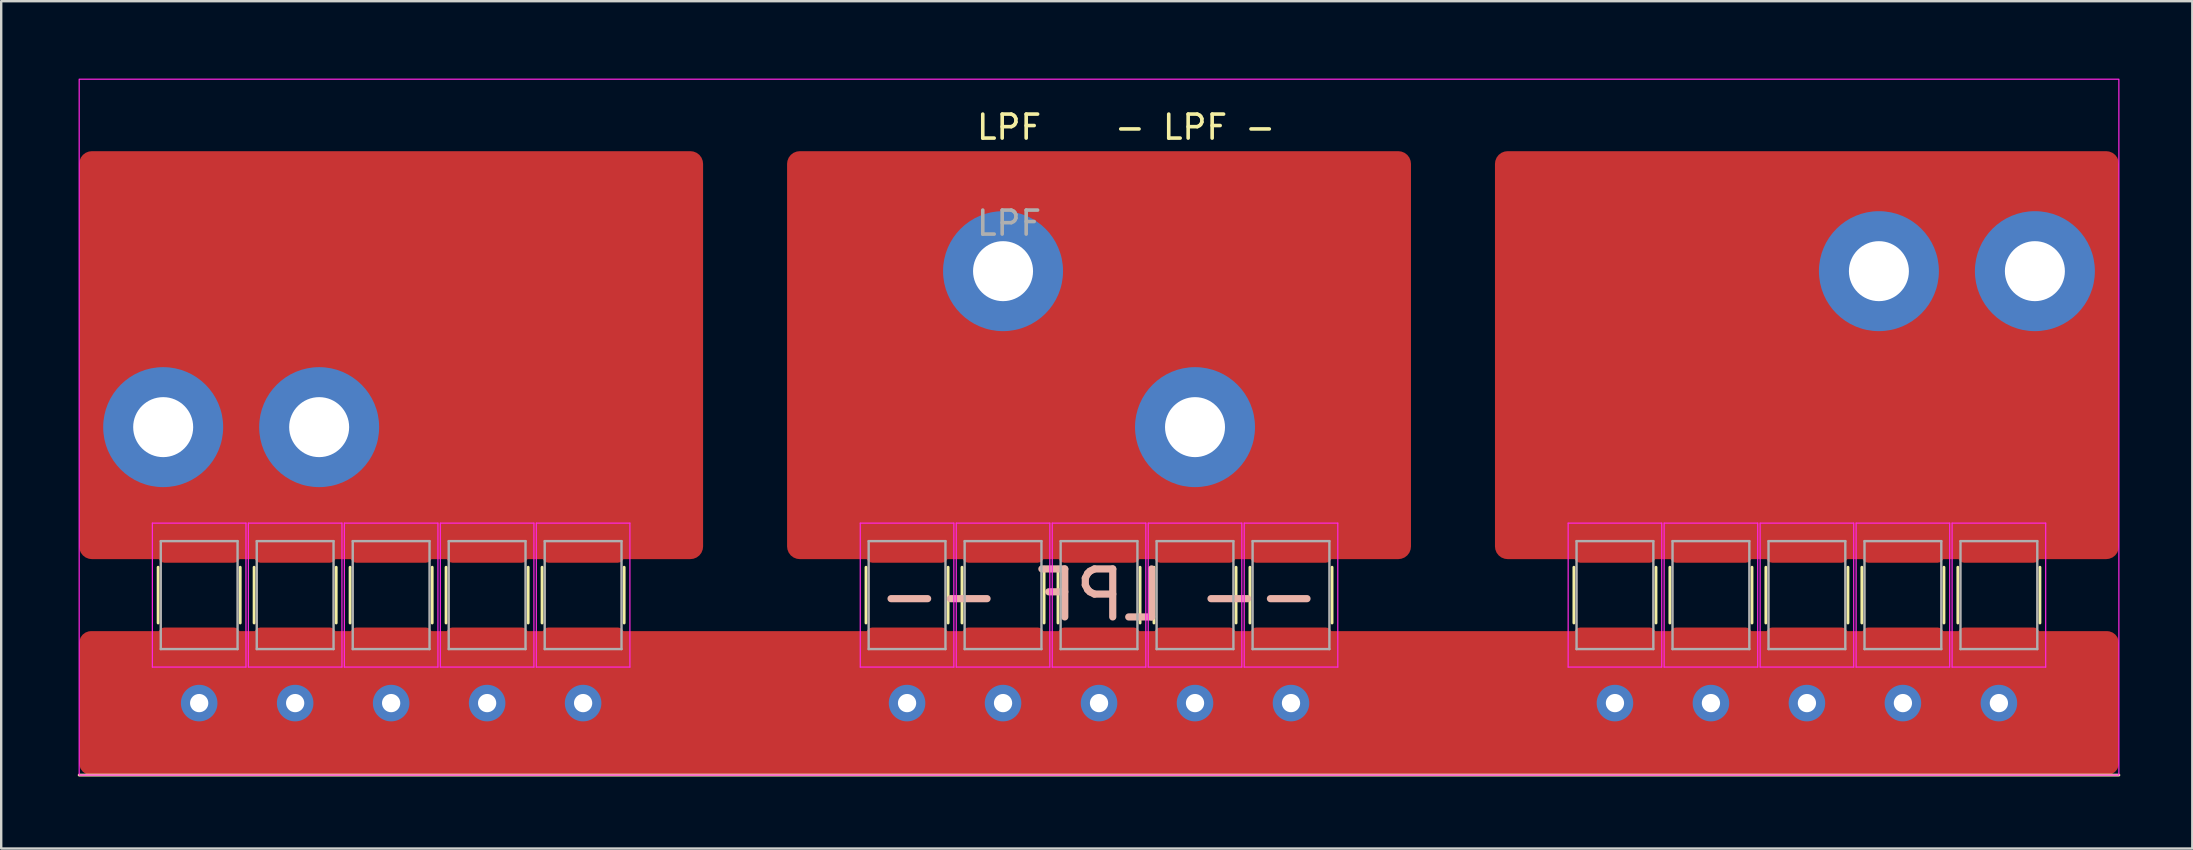
<source format=kicad_pcb>
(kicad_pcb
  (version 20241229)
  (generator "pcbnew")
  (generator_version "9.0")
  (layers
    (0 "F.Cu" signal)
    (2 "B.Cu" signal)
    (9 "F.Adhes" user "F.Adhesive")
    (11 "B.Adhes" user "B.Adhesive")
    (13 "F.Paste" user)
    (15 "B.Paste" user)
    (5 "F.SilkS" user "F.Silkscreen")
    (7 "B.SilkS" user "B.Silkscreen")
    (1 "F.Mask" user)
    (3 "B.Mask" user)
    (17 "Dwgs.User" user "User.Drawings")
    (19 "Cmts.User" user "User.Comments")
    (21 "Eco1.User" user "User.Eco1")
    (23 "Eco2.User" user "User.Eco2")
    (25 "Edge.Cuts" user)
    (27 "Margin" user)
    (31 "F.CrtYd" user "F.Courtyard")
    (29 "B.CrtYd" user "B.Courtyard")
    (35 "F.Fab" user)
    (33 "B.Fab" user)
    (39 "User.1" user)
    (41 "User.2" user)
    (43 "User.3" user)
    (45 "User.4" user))
  (footprint "LPF"
    (layer "F.Cu")
    (at 0.25 0.25)
    (property "Reference" "LPF" (at 38.75 2 0) (layer "F.SilkS") (effects (font (size 1 1) (thickness 0.15))))
    (property "Value" "LPF" (at 38 4 0) (layer "F.Fab") (hide yes) (effects (font (size 1 1) (thickness 0.15))))
    (attr through_hole)
    (fp_line (start 0 29) (end 85 29) (stroke (width 0.12) (type solid)) (layer "F.SilkS"))
    (fp_line (start 3.29 22.661) (end 3.29 20.339) (stroke (width 0.12) (type solid)) (layer "F.SilkS"))
    (fp_line (start 6.71 22.661) (end 6.71 20.339) (stroke (width 0.12) (type solid)) (layer "F.SilkS"))
    (fp_line (start 7.29 22.661) (end 7.29 20.339) (stroke (width 0.12) (type solid)) (layer "F.SilkS"))
    (fp_line (start 10.71 22.661) (end 10.71 20.339) (stroke (width 0.12) (type solid)) (layer "F.SilkS"))
    (fp_line (start 11.29 22.661) (end 11.29 20.339) (stroke (width 0.12) (type solid)) (layer "F.SilkS"))
    (fp_line (start 14.71 22.661) (end 14.71 20.339) (stroke (width 0.12) (type solid)) (layer "F.SilkS"))
    (fp_line (start 15.29 22.661) (end 15.29 20.339) (stroke (width 0.12) (type solid)) (layer "F.SilkS"))
    (fp_line (start 18.71 22.661) (end 18.71 20.339) (stroke (width 0.12) (type solid)) (layer "F.SilkS"))
    (fp_line (start 19.29 22.661) (end 19.29 20.339) (stroke (width 0.12) (type solid)) (layer "F.SilkS"))
    (fp_line (start 22.71 22.661) (end 22.71 20.339) (stroke (width 0.12) (type solid)) (layer "F.SilkS"))
    (fp_line (start 32.79 22.661) (end 32.79 20.339) (stroke (width 0.12) (type solid)) (layer "F.SilkS"))
    (fp_line (start 36.21 22.661) (end 36.21 20.339) (stroke (width 0.12) (type solid)) (layer "F.SilkS"))
    (fp_line (start 36.79 22.661) (end 36.79 20.339) (stroke (width 0.12) (type solid)) (layer "F.SilkS"))
    (fp_line (start 40.21 22.661) (end 40.21 20.339) (stroke (width 0.12) (type solid)) (layer "F.SilkS"))
    (fp_line (start 40.79 22.661) (end 40.79 20.339) (stroke (width 0.12) (type solid)) (layer "F.SilkS"))
    (fp_line (start 44.21 22.661) (end 44.21 20.339) (stroke (width 0.12) (type solid)) (layer "F.SilkS"))
    (fp_line (start 44.79 22.661) (end 44.79 20.339) (stroke (width 0.12) (type solid)) (layer "F.SilkS"))
    (fp_line (start 48.21 22.661) (end 48.21 20.339) (stroke (width 0.12) (type solid)) (layer "F.SilkS"))
    (fp_line (start 48.79 22.661) (end 48.79 20.339) (stroke (width 0.12) (type solid)) (layer "F.SilkS"))
    (fp_line (start 52.21 22.661) (end 52.21 20.339) (stroke (width 0.12) (type solid)) (layer "F.SilkS"))
    (fp_line (start 62.29 22.661) (end 62.29 20.339) (stroke (width 0.12) (type solid)) (layer "F.SilkS"))
    (fp_line (start 65.71 22.661) (end 65.71 20.339) (stroke (width 0.12) (type solid)) (layer "F.SilkS"))
    (fp_line (start 66.29 22.661) (end 66.29 20.339) (stroke (width 0.12) (type solid)) (layer "F.SilkS"))
    (fp_line (start 69.71 22.661) (end 69.71 20.339) (stroke (width 0.12) (type solid)) (layer "F.SilkS"))
    (fp_line (start 70.29 22.661) (end 70.29 20.339) (stroke (width 0.12) (type solid)) (layer "F.SilkS"))
    (fp_line (start 73.71 22.661) (end 73.71 20.339) (stroke (width 0.12) (type solid)) (layer "F.SilkS"))
    (fp_line (start 74.29 22.661) (end 74.29 20.339) (stroke (width 0.12) (type solid)) (layer "F.SilkS"))
    (fp_line (start 77.71 22.661) (end 77.71 20.339) (stroke (width 0.12) (type solid)) (layer "F.SilkS"))
    (fp_line (start 78.29 22.661) (end 78.29 20.339) (stroke (width 0.12) (type solid)) (layer "F.SilkS"))
    (fp_line (start 81.71 22.661) (end 81.71 20.339) (stroke (width 0.12) (type solid)) (layer "F.SilkS"))
    (fp_line (start 3.05 18.5) (end 6.95 18.5) (stroke (width 0.05) (type solid)) (layer "F.CrtYd"))
    (fp_line (start 3.05 24.5) (end 3.05 18.5) (stroke (width 0.05) (type solid)) (layer "F.CrtYd"))
    (fp_line (start 6.95 18.5) (end 6.95 24.5) (stroke (width 0.05) (type solid)) (layer "F.CrtYd"))
    (fp_line (start 6.95 24.5) (end 3.05 24.5) (stroke (width 0.05) (type solid)) (layer "F.CrtYd"))
    (fp_line (start 7.05 18.5) (end 10.95 18.5) (stroke (width 0.05) (type solid)) (layer "F.CrtYd"))
    (fp_line (start 7.05 24.5) (end 7.05 18.5) (stroke (width 0.05) (type solid)) (layer "F.CrtYd"))
    (fp_line (start 10.95 18.5) (end 10.95 24.5) (stroke (width 0.05) (type solid)) (layer "F.CrtYd"))
    (fp_line (start 10.95 24.5) (end 7.05 24.5) (stroke (width 0.05) (type solid)) (layer "F.CrtYd"))
    (fp_line (start 11.05 18.5) (end 14.95 18.5) (stroke (width 0.05) (type solid)) (layer "F.CrtYd"))
    (fp_line (start 11.05 24.5) (end 11.05 18.5) (stroke (width 0.05) (type solid)) (layer "F.CrtYd"))
    (fp_line (start 14.95 18.5) (end 14.95 24.5) (stroke (width 0.05) (type solid)) (layer "F.CrtYd"))
    (fp_line (start 14.95 24.5) (end 11.05 24.5) (stroke (width 0.05) (type solid)) (layer "F.CrtYd"))
    (fp_line (start 15.05 18.5) (end 18.95 18.5) (stroke (width 0.05) (type solid)) (layer "F.CrtYd"))
    (fp_line (start 15.05 24.5) (end 15.05 18.5) (stroke (width 0.05) (type solid)) (layer "F.CrtYd"))
    (fp_line (start 18.95 18.5) (end 18.95 24.5) (stroke (width 0.05) (type solid)) (layer "F.CrtYd"))
    (fp_line (start 18.95 24.5) (end 15.05 24.5) (stroke (width 0.05) (type solid)) (layer "F.CrtYd"))
    (fp_line (start 19.05 18.5) (end 22.95 18.5) (stroke (width 0.05) (type solid)) (layer "F.CrtYd"))
    (fp_line (start 19.05 24.5) (end 19.05 18.5) (stroke (width 0.05) (type solid)) (layer "F.CrtYd"))
    (fp_line (start 22.95 18.5) (end 22.95 24.5) (stroke (width 0.05) (type solid)) (layer "F.CrtYd"))
    (fp_line (start 22.95 24.5) (end 19.05 24.5) (stroke (width 0.05) (type solid)) (layer "F.CrtYd"))
    (fp_line (start 32.55 18.5) (end 36.45 18.5) (stroke (width 0.05) (type solid)) (layer "F.CrtYd"))
    (fp_line (start 32.55 24.5) (end 32.55 18.5) (stroke (width 0.05) (type solid)) (layer "F.CrtYd"))
    (fp_line (start 36.45 18.5) (end 36.45 24.5) (stroke (width 0.05) (type solid)) (layer "F.CrtYd"))
    (fp_line (start 36.45 24.5) (end 32.55 24.5) (stroke (width 0.05) (type solid)) (layer "F.CrtYd"))
    (fp_line (start 36.55 18.5) (end 40.45 18.5) (stroke (width 0.05) (type solid)) (layer "F.CrtYd"))
    (fp_line (start 36.55 24.5) (end 36.55 18.5) (stroke (width 0.05) (type solid)) (layer "F.CrtYd"))
    (fp_line (start 40.45 18.5) (end 40.45 24.5) (stroke (width 0.05) (type solid)) (layer "F.CrtYd"))
    (fp_line (start 40.45 24.5) (end 36.55 24.5) (stroke (width 0.05) (type solid)) (layer "F.CrtYd"))
    (fp_line (start 40.55 18.5) (end 44.45 18.5) (stroke (width 0.05) (type solid)) (layer "F.CrtYd"))
    (fp_line (start 40.55 24.5) (end 40.55 18.5) (stroke (width 0.05) (type solid)) (layer "F.CrtYd"))
    (fp_line (start 44.45 18.5) (end 44.45 24.5) (stroke (width 0.05) (type solid)) (layer "F.CrtYd"))
    (fp_line (start 44.45 24.5) (end 40.55 24.5) (stroke (width 0.05) (type solid)) (layer "F.CrtYd"))
    (fp_line (start 44.55 18.5) (end 48.45 18.5) (stroke (width 0.05) (type solid)) (layer "F.CrtYd"))
    (fp_line (start 44.55 24.5) (end 44.55 18.5) (stroke (width 0.05) (type solid)) (layer "F.CrtYd"))
    (fp_line (start 48.45 18.5) (end 48.45 24.5) (stroke (width 0.05) (type solid)) (layer "F.CrtYd"))
    (fp_line (start 48.45 24.5) (end 44.55 24.5) (stroke (width 0.05) (type solid)) (layer "F.CrtYd"))
    (fp_line (start 48.55 18.5) (end 52.45 18.5) (stroke (width 0.05) (type solid)) (layer "F.CrtYd"))
    (fp_line (start 48.55 24.5) (end 48.55 18.5) (stroke (width 0.05) (type solid)) (layer "F.CrtYd"))
    (fp_line (start 52.45 18.5) (end 52.45 24.5) (stroke (width 0.05) (type solid)) (layer "F.CrtYd"))
    (fp_line (start 52.45 24.5) (end 48.55 24.5) (stroke (width 0.05) (type solid)) (layer "F.CrtYd"))
    (fp_line (start 62.05 18.5) (end 65.95 18.5) (stroke (width 0.05) (type solid)) (layer "F.CrtYd"))
    (fp_line (start 62.05 24.5) (end 62.05 18.5) (stroke (width 0.05) (type solid)) (layer "F.CrtYd"))
    (fp_line (start 65.95 18.5) (end 65.95 24.5) (stroke (width 0.05) (type solid)) (layer "F.CrtYd"))
    (fp_line (start 65.95 24.5) (end 62.05 24.5) (stroke (width 0.05) (type solid)) (layer "F.CrtYd"))
    (fp_line (start 66.05 18.5) (end 69.95 18.5) (stroke (width 0.05) (type solid)) (layer "F.CrtYd"))
    (fp_line (start 66.05 24.5) (end 66.05 18.5) (stroke (width 0.05) (type solid)) (layer "F.CrtYd"))
    (fp_line (start 69.95 18.5) (end 69.95 24.5) (stroke (width 0.05) (type solid)) (layer "F.CrtYd"))
    (fp_line (start 69.95 24.5) (end 66.05 24.5) (stroke (width 0.05) (type solid)) (layer "F.CrtYd"))
    (fp_line (start 70.05 18.5) (end 73.95 18.5) (stroke (width 0.05) (type solid)) (layer "F.CrtYd"))
    (fp_line (start 70.05 24.5) (end 70.05 18.5) (stroke (width 0.05) (type solid)) (layer "F.CrtYd"))
    (fp_line (start 73.95 18.5) (end 73.95 24.5) (stroke (width 0.05) (type solid)) (layer "F.CrtYd"))
    (fp_line (start 73.95 24.5) (end 70.05 24.5) (stroke (width 0.05) (type solid)) (layer "F.CrtYd"))
    (fp_line (start 74.05 18.5) (end 77.95 18.5) (stroke (width 0.05) (type solid)) (layer "F.CrtYd"))
    (fp_line (start 74.05 24.5) (end 74.05 18.5) (stroke (width 0.05) (type solid)) (layer "F.CrtYd"))
    (fp_line (start 77.95 18.5) (end 77.95 24.5) (stroke (width 0.05) (type solid)) (layer "F.CrtYd"))
    (fp_line (start 77.95 24.5) (end 74.05 24.5) (stroke (width 0.05) (type solid)) (layer "F.CrtYd"))
    (fp_line (start 78.05 18.5) (end 81.95 18.5) (stroke (width 0.05) (type solid)) (layer "F.CrtYd"))
    (fp_line (start 78.05 24.5) (end 78.05 18.5) (stroke (width 0.05) (type solid)) (layer "F.CrtYd"))
    (fp_line (start 81.95 18.5) (end 81.95 24.5) (stroke (width 0.05) (type solid)) (layer "F.CrtYd"))
    (fp_line (start 81.95 24.5) (end 78.05 24.5) (stroke (width 0.05) (type solid)) (layer "F.CrtYd"))
    (fp_rect (start 0 0) (end 85 29) (stroke (width 0.05) (type solid)) (fill no) (layer "F.CrtYd"))
    (fp_line (start 3.4 19.25) (end 6.6 19.25) (stroke (width 0.1) (type solid)) (layer "F.Fab"))
    (fp_line (start 3.4 23.75) (end 3.4 19.25) (stroke (width 0.1) (type solid)) (layer "F.Fab"))
    (fp_line (start 6.6 19.25) (end 6.6 23.75) (stroke (width 0.1) (type solid)) (layer "F.Fab"))
    (fp_line (start 6.6 23.75) (end 3.4 23.75) (stroke (width 0.1) (type solid)) (layer "F.Fab"))
    (fp_line (start 7.4 19.25) (end 10.6 19.25) (stroke (width 0.1) (type solid)) (layer "F.Fab"))
    (fp_line (start 7.4 23.75) (end 7.4 19.25) (stroke (width 0.1) (type solid)) (layer "F.Fab"))
    (fp_line (start 10.6 19.25) (end 10.6 23.75) (stroke (width 0.1) (type solid)) (layer "F.Fab"))
    (fp_line (start 10.6 23.75) (end 7.4 23.75) (stroke (width 0.1) (type solid)) (layer "F.Fab"))
    (fp_line (start 11.4 19.25) (end 14.6 19.25) (stroke (width 0.1) (type solid)) (layer "F.Fab"))
    (fp_line (start 11.4 23.75) (end 11.4 19.25) (stroke (width 0.1) (type solid)) (layer "F.Fab"))
    (fp_line (start 14.6 19.25) (end 14.6 23.75) (stroke (width 0.1) (type solid)) (layer "F.Fab"))
    (fp_line (start 14.6 23.75) (end 11.4 23.75) (stroke (width 0.1) (type solid)) (layer "F.Fab"))
    (fp_line (start 15.4 19.25) (end 18.6 19.25) (stroke (width 0.1) (type solid)) (layer "F.Fab"))
    (fp_line (start 15.4 23.75) (end 15.4 19.25) (stroke (width 0.1) (type solid)) (layer "F.Fab"))
    (fp_line (start 18.6 19.25) (end 18.6 23.75) (stroke (width 0.1) (type solid)) (layer "F.Fab"))
    (fp_line (start 18.6 23.75) (end 15.4 23.75) (stroke (width 0.1) (type solid)) (layer "F.Fab"))
    (fp_line (start 19.4 19.25) (end 22.6 19.25) (stroke (width 0.1) (type solid)) (layer "F.Fab"))
    (fp_line (start 19.4 23.75) (end 19.4 19.25) (stroke (width 0.1) (type solid)) (layer "F.Fab"))
    (fp_line (start 22.6 19.25) (end 22.6 23.75) (stroke (width 0.1) (type solid)) (layer "F.Fab"))
    (fp_line (start 22.6 23.75) (end 19.4 23.75) (stroke (width 0.1) (type solid)) (layer "F.Fab"))
    (fp_line (start 32.9 19.25) (end 36.1 19.25) (stroke (width 0.1) (type solid)) (layer "F.Fab"))
    (fp_line (start 32.9 23.75) (end 32.9 19.25) (stroke (width 0.1) (type solid)) (layer "F.Fab"))
    (fp_line (start 36.1 19.25) (end 36.1 23.75) (stroke (width 0.1) (type solid)) (layer "F.Fab"))
    (fp_line (start 36.1 23.75) (end 32.9 23.75) (stroke (width 0.1) (type solid)) (layer "F.Fab"))
    (fp_line (start 36.9 19.25) (end 40.1 19.25) (stroke (width 0.1) (type solid)) (layer "F.Fab"))
    (fp_line (start 36.9 23.75) (end 36.9 19.25) (stroke (width 0.1) (type solid)) (layer "F.Fab"))
    (fp_line (start 40.1 19.25) (end 40.1 23.75) (stroke (width 0.1) (type solid)) (layer "F.Fab"))
    (fp_line (start 40.1 23.75) (end 36.9 23.75) (stroke (width 0.1) (type solid)) (layer "F.Fab"))
    (fp_line (start 40.9 19.25) (end 44.1 19.25) (stroke (width 0.1) (type solid)) (layer "F.Fab"))
    (fp_line (start 40.9 23.75) (end 40.9 19.25) (stroke (width 0.1) (type solid)) (layer "F.Fab"))
    (fp_line (start 44.1 19.25) (end 44.1 23.75) (stroke (width 0.1) (type solid)) (layer "F.Fab"))
    (fp_line (start 44.1 23.75) (end 40.9 23.75) (stroke (width 0.1) (type solid)) (layer "F.Fab"))
    (fp_line (start 44.9 19.25) (end 48.1 19.25) (stroke (width 0.1) (type solid)) (layer "F.Fab"))
    (fp_line (start 44.9 23.75) (end 44.9 19.25) (stroke (width 0.1) (type solid)) (layer "F.Fab"))
    (fp_line (start 48.1 19.25) (end 48.1 23.75) (stroke (width 0.1) (type solid)) (layer "F.Fab"))
    (fp_line (start 48.1 23.75) (end 44.9 23.75) (stroke (width 0.1) (type solid)) (layer "F.Fab"))
    (fp_line (start 48.9 19.25) (end 52.1 19.25) (stroke (width 0.1) (type solid)) (layer "F.Fab"))
    (fp_line (start 48.9 23.75) (end 48.9 19.25) (stroke (width 0.1) (type solid)) (layer "F.Fab"))
    (fp_line (start 52.1 19.25) (end 52.1 23.75) (stroke (width 0.1) (type solid)) (layer "F.Fab"))
    (fp_line (start 52.1 23.75) (end 48.9 23.75) (stroke (width 0.1) (type solid)) (layer "F.Fab"))
    (fp_line (start 62.4 19.25) (end 65.6 19.25) (stroke (width 0.1) (type solid)) (layer "F.Fab"))
    (fp_line (start 62.4 23.75) (end 62.4 19.25) (stroke (width 0.1) (type solid)) (layer "F.Fab"))
    (fp_line (start 65.6 19.25) (end 65.6 23.75) (stroke (width 0.1) (type solid)) (layer "F.Fab"))
    (fp_line (start 65.6 23.75) (end 62.4 23.75) (stroke (width 0.1) (type solid)) (layer "F.Fab"))
    (fp_line (start 66.4 19.25) (end 69.6 19.25) (stroke (width 0.1) (type solid)) (layer "F.Fab"))
    (fp_line (start 66.4 23.75) (end 66.4 19.25) (stroke (width 0.1) (type solid)) (layer "F.Fab"))
    (fp_line (start 69.6 19.25) (end 69.6 23.75) (stroke (width 0.1) (type solid)) (layer "F.Fab"))
    (fp_line (start 69.6 23.75) (end 66.4 23.75) (stroke (width 0.1) (type solid)) (layer "F.Fab"))
    (fp_line (start 70.4 19.25) (end 73.6 19.25) (stroke (width 0.1) (type solid)) (layer "F.Fab"))
    (fp_line (start 70.4 23.75) (end 70.4 19.25) (stroke (width 0.1) (type solid)) (layer "F.Fab"))
    (fp_line (start 73.6 19.25) (end 73.6 23.75) (stroke (width 0.1) (type solid)) (layer "F.Fab"))
    (fp_line (start 73.6 23.75) (end 70.4 23.75) (stroke (width 0.1) (type solid)) (layer "F.Fab"))
    (fp_line (start 74.4 19.25) (end 77.6 19.25) (stroke (width 0.1) (type solid)) (layer "F.Fab"))
    (fp_line (start 74.4 23.75) (end 74.4 19.25) (stroke (width 0.1) (type solid)) (layer "F.Fab"))
    (fp_line (start 77.6 19.25) (end 77.6 23.75) (stroke (width 0.1) (type solid)) (layer "F.Fab"))
    (fp_line (start 77.6 23.75) (end 74.4 23.75) (stroke (width 0.1) (type solid)) (layer "F.Fab"))
    (fp_line (start 78.4 19.25) (end 81.6 19.25) (stroke (width 0.1) (type solid)) (layer "F.Fab"))
    (fp_line (start 78.4 23.75) (end 78.4 19.25) (stroke (width 0.1) (type solid)) (layer "F.Fab"))
    (fp_line (start 81.6 19.25) (end 81.6 23.75) (stroke (width 0.1) (type solid)) (layer "F.Fab"))
    (fp_line (start 81.6 23.75) (end 78.4 23.75) (stroke (width 0.1) (type solid)) (layer "F.Fab"))
    (fp_text user "- ${VALUE} -" (at 46.5 2 0) (layer "F.SilkS") (effects (font (size 1 1) (thickness 0.15))))
    (fp_text user "-- ${VALUE} --" (at 42.5 21.5 0) (layer "B.SilkS") (effects (font (size 2 2) (thickness 0.3)) (justify mirror)))
    (fp_text user "${REFERENCE}" (at 38.75 6 0) (layer "F.Fab") (effects (font (size 1 1) (thickness 0.15))))
    (pad "1" smd roundrect (at 5 23.55 90) (size 1.4 3.4) (layers "F.Cu" "F.Mask" "F.Paste") (roundrect_rratio 0.179))
    (pad "1" thru_hole circle (at 5 26) (size 1.524 1.524) (drill 0.762) (layers "*.Cu"))
    (pad "1" smd roundrect (at 9 23.55 90) (size 1.4 3.4) (layers "F.Cu" "F.Mask" "F.Paste") (roundrect_rratio 0.179))
    (pad "1" thru_hole circle (at 9 26) (size 1.524 1.524) (drill 0.762) (layers "*.Cu"))
    (pad "1" smd roundrect (at 13 23.55 90) (size 1.4 3.4) (layers "F.Cu" "F.Mask" "F.Paste") (roundrect_rratio 0.179))
    (pad "1" thru_hole circle (at 13 26) (size 1.524 1.524) (drill 0.762) (layers "*.Cu"))
    (pad "1" smd roundrect (at 17 23.55 90) (size 1.4 3.4) (layers "F.Cu" "F.Mask" "F.Paste") (roundrect_rratio 0.179))
    (pad "1" thru_hole circle (at 17 26) (size 1.524 1.524) (drill 0.762) (layers "*.Cu"))
    (pad "1" smd roundrect (at 21 23.55 90) (size 1.4 3.4) (layers "F.Cu" "F.Mask" "F.Paste") (roundrect_rratio 0.179))
    (pad "1" thru_hole circle (at 21 26) (size 1.524 1.524) (drill 0.762) (layers "*.Cu"))
    (pad "1" smd roundrect (at 34.5 23.55 90) (size 1.4 3.4) (layers "F.Cu" "F.Mask" "F.Paste") (roundrect_rratio 0.179))
    (pad "1" thru_hole circle (at 34.5 26) (size 1.524 1.524) (drill 0.762) (layers "*.Cu"))
    (pad "1" smd roundrect (at 38.5 23.55 90) (size 1.4 3.4) (layers "F.Cu" "F.Mask" "F.Paste") (roundrect_rratio 0.179))
    (pad "1" thru_hole circle (at 38.5 26) (size 1.524 1.524) (drill 0.762) (layers "*.Cu"))
    (pad "1" smd roundrect (at 42.5 23.55 90) (size 1.4 3.4) (layers "F.Cu" "F.Mask" "F.Paste") (roundrect_rratio 0.179))
    (pad "1" thru_hole circle (at 42.5 26) (size 1.524 1.524) (drill 0.762) (layers "*.Cu"))
    (pad "1" smd roundrect (at 42.5 26) (size 85 6) (layers "F.Cu") (roundrect_rratio 0.083))
    (pad "1" smd roundrect (at 46.5 23.55 90) (size 1.4 3.4) (layers "F.Cu" "F.Mask" "F.Paste") (roundrect_rratio 0.179))
    (pad "1" thru_hole circle (at 46.5 26) (size 1.524 1.524) (drill 0.762) (layers "*.Cu"))
    (pad "1" smd roundrect (at 50.5 23.55 90) (size 1.4 3.4) (layers "F.Cu" "F.Mask" "F.Paste") (roundrect_rratio 0.179))
    (pad "1" thru_hole circle (at 50.5 26) (size 1.524 1.524) (drill 0.762) (layers "*.Cu"))
    (pad "1" smd roundrect (at 64 23.55 90) (size 1.4 3.4) (layers "F.Cu" "F.Mask" "F.Paste") (roundrect_rratio 0.179))
    (pad "1" thru_hole circle (at 64 26) (size 1.524 1.524) (drill 0.762) (layers "*.Cu"))
    (pad "1" smd roundrect (at 68 23.55 90) (size 1.4 3.4) (layers "F.Cu" "F.Mask" "F.Paste") (roundrect_rratio 0.179))
    (pad "1" thru_hole circle (at 68 26) (size 1.524 1.524) (drill 0.762) (layers "*.Cu"))
    (pad "1" smd roundrect (at 72 23.55 90) (size 1.4 3.4) (layers "F.Cu" "F.Mask" "F.Paste") (roundrect_rratio 0.179))
    (pad "1" thru_hole circle (at 72 26) (size 1.524 1.524) (drill 0.762) (layers "*.Cu"))
    (pad "1" smd roundrect (at 76 23.55 90) (size 1.4 3.4) (layers "F.Cu" "F.Mask" "F.Paste") (roundrect_rratio 0.179))
    (pad "1" thru_hole circle (at 76 26) (size 1.524 1.524) (drill 0.762) (layers "*.Cu"))
    (pad "1" smd roundrect (at 80 23.55 90) (size 1.4 3.4) (layers "F.Cu" "F.Mask" "F.Paste") (roundrect_rratio 0.179))
    (pad "1" thru_hole circle (at 80 26) (size 1.524 1.524) (drill 0.762) (layers "*.Cu"))
    (pad "2" thru_hole circle (at 3.5 14.5 90) (size 5 5) (drill 2.5) (layers "*.Cu" "*.Mask"))
    (pad "2" smd roundrect (at 5 19.45 90) (size 1.4 3.4) (layers "F.Cu" "F.Mask" "F.Paste") (roundrect_rratio 0.179))
    (pad "2" smd roundrect (at 9 19.45 90) (size 1.4 3.4) (layers "F.Cu" "F.Mask" "F.Paste") (roundrect_rratio 0.179))
    (pad "2" thru_hole circle (at 10 14.5 90) (size 5 5) (drill 2.5) (layers "*.Cu" "*.Mask"))
    (pad "2" smd roundrect (at 13 11.5) (size 26 17) (layers "F.Cu") (roundrect_rratio 0.031))
    (pad "2" smd roundrect (at 13 19.45 90) (size 1.4 3.4) (layers "F.Cu" "F.Mask" "F.Paste") (roundrect_rratio 0.179))
    (pad "2" smd roundrect (at 17 19.45 90) (size 1.4 3.4) (layers "F.Cu" "F.Mask" "F.Paste") (roundrect_rratio 0.179))
    (pad "2" smd roundrect (at 21 19.45 90) (size 1.4 3.4) (layers "F.Cu" "F.Mask" "F.Paste") (roundrect_rratio 0.179))
    (pad "3" smd roundrect (at 64 19.45 90) (size 1.4 3.4) (layers "F.Cu" "F.Mask" "F.Paste") (roundrect_rratio 0.179))
    (pad "3" smd roundrect (at 68 19.45 90) (size 1.4 3.4) (layers "F.Cu" "F.Mask" "F.Paste") (roundrect_rratio 0.179))
    (pad "3" smd roundrect (at 72 11.5) (size 26 17) (layers "F.Cu") (roundrect_rratio 0.031))
    (pad "3" smd roundrect (at 72 19.45 90) (size 1.4 3.4) (layers "F.Cu" "F.Mask" "F.Paste") (roundrect_rratio 0.179))
    (pad "3" thru_hole circle (at 75 8 90) (size 5 5) (drill 2.5) (layers "*.Cu" "*.Mask"))
    (pad "3" smd roundrect (at 76 19.45 90) (size 1.4 3.4) (layers "F.Cu" "F.Mask" "F.Paste") (roundrect_rratio 0.179))
    (pad "3" smd roundrect (at 80 19.45 90) (size 1.4 3.4) (layers "F.Cu" "F.Mask" "F.Paste") (roundrect_rratio 0.179))
    (pad "3" thru_hole circle (at 81.5 8 90) (size 5 5) (drill 2.5) (layers "*.Cu" "*.Mask"))
    (pad "4" smd roundrect (at 34.5 19.45 90) (size 1.4 3.4) (layers "F.Cu" "F.Mask" "F.Paste") (roundrect_rratio 0.179))
    (pad "4" thru_hole circle (at 38.5 8 90) (size 5 5) (drill 2.5) (layers "*.Cu" "*.Mask"))
    (pad "4" smd roundrect (at 38.5 19.45 90) (size 1.4 3.4) (layers "F.Cu" "F.Mask" "F.Paste") (roundrect_rratio 0.179))
    (pad "4" smd roundrect (at 42.5 11.5) (size 26 17) (layers "F.Cu") (roundrect_rratio 0.031))
    (pad "4" smd roundrect (at 42.5 19.45 90) (size 1.4 3.4) (layers "F.Cu" "F.Mask" "F.Paste") (roundrect_rratio 0.179))
    (pad "4" thru_hole circle (at 46.5 14.5 90) (size 5 5) (drill 2.5) (layers "*.Cu" "*.Mask"))
    (pad "4" smd roundrect (at 46.5 19.45 90) (size 1.4 3.4) (layers "F.Cu" "F.Mask" "F.Paste") (roundrect_rratio 0.179))
    (pad "4" smd roundrect (at 50.5 19.45 90) (size 1.4 3.4) (layers "F.Cu" "F.Mask" "F.Paste") (roundrect_rratio 0.179)))
  (gr_rect
    (start -3 -3)
    (end 88.31 32.31)
    (stroke (width 0.1) (type default))
    (fill no)
    (layer "Edge.Cuts")))
</source>
